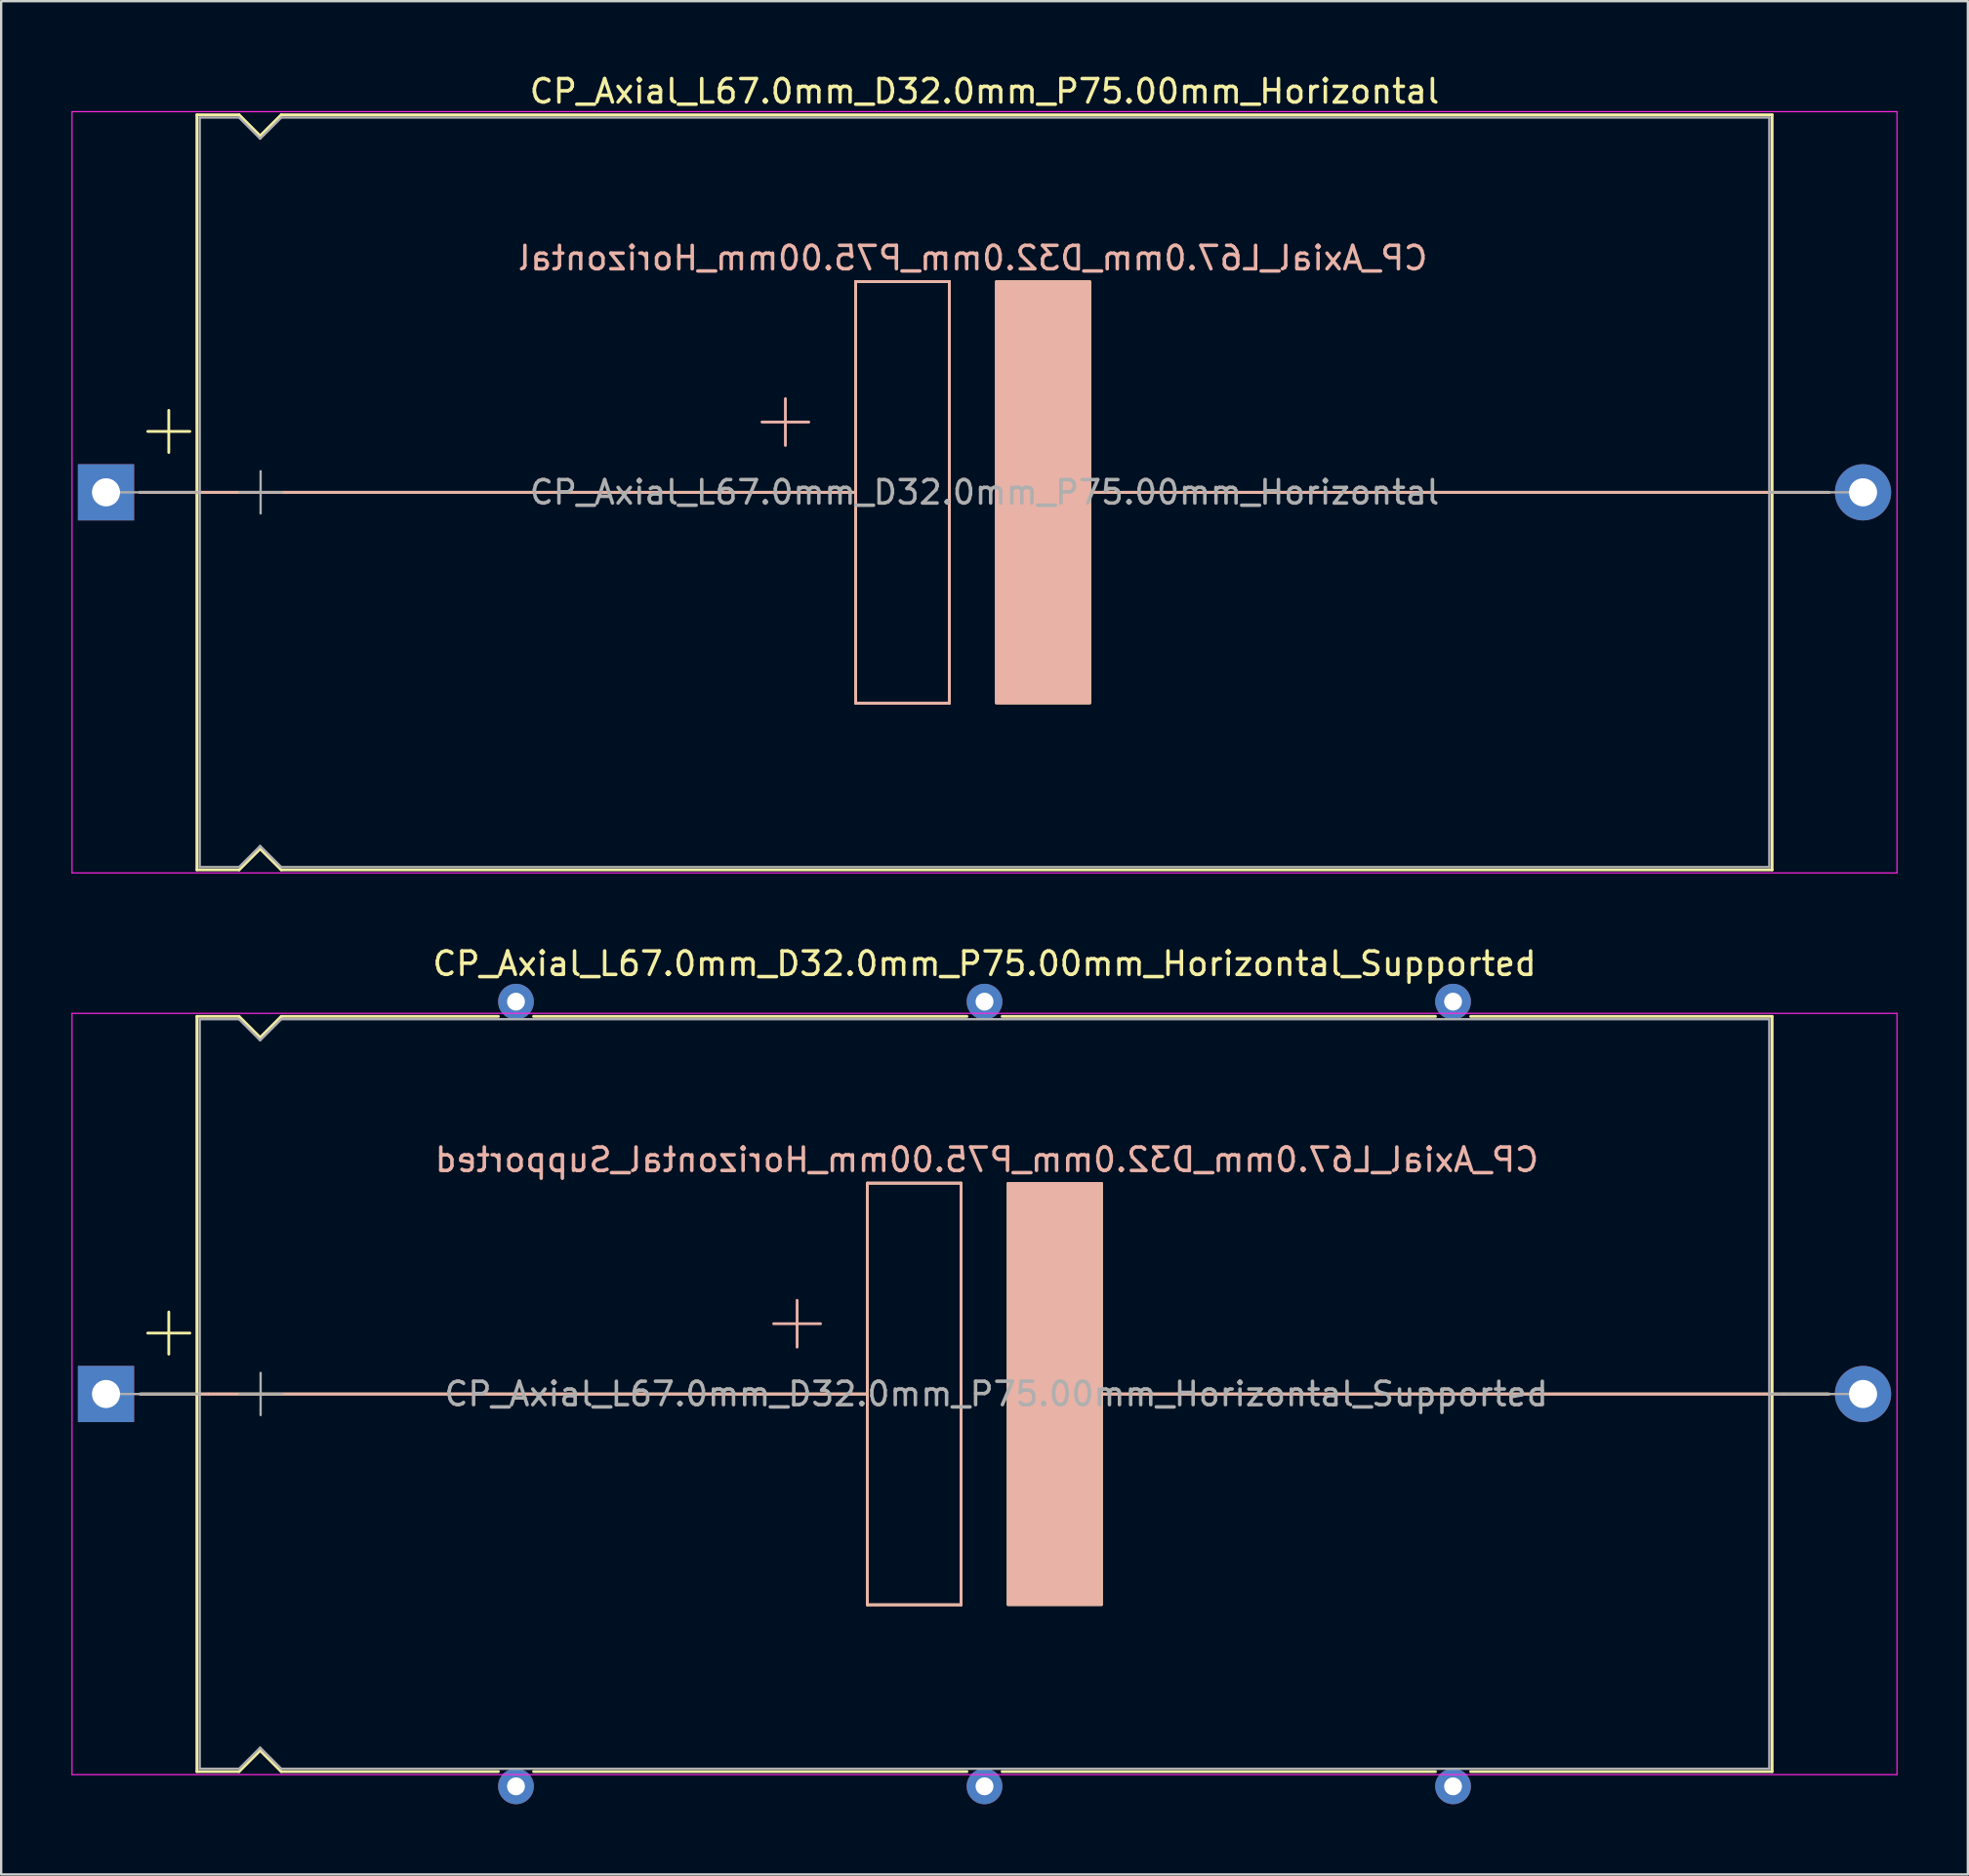
<source format=kicad_pcb>
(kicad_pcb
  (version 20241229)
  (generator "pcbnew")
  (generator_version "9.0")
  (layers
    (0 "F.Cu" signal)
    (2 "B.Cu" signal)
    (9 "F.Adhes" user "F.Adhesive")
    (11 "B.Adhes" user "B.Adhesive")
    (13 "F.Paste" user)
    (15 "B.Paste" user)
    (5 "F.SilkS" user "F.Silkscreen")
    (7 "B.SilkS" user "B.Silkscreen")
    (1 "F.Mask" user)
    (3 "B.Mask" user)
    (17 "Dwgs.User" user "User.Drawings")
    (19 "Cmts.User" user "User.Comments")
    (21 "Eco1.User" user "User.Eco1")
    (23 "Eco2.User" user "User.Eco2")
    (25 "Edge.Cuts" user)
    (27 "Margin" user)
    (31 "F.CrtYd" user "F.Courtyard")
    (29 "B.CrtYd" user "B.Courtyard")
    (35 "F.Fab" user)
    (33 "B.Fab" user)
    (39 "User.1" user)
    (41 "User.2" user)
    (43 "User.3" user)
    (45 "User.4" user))
  (footprint "CP_Axial_L67.0mm_D32.0mm_P75.00mm_Horizontal_Supported"
    (layer "F.Cu")
    (at 1.475 56.462)
    (property "Reference" "CP_Axial_L67.0mm_D32.0mm_P75.00mm_Horizontal_Supported" (at 37.5 -18.37 0) (layer "F.SilkS") (effects (font (size 1 1) (thickness 0.15))))
    (fp_line (start 1.44 0) (end 3.88 0) (stroke (width 0.12) (type solid)) (layer "F.SilkS"))
    (fp_line (start 1.78 -2.6) (end 3.58 -2.6) (stroke (width 0.12) (type solid)) (layer "F.SilkS"))
    (fp_line (start 2.68 -3.5) (end 2.68 -1.7) (stroke (width 0.12) (type solid)) (layer "F.SilkS"))
    (fp_line (start 3.88 -16.12) (end 3.88 16.12) (stroke (width 0.12) (type solid)) (layer "F.SilkS"))
    (fp_line (start 3.88 -16.12) (end 5.68 -16.12) (stroke (width 0.12) (type solid)) (layer "F.SilkS"))
    (fp_line (start 3.88 0) (end 32.5 0) (stroke (width 0.12) (type solid)) (layer "F.SilkS"))
    (fp_line (start 3.88 16.12) (end 5.68 16.12) (stroke (width 0.12) (type solid)) (layer "F.SilkS"))
    (fp_line (start 5.68 -16.12) (end 6.58 -15.22) (stroke (width 0.12) (type solid)) (layer "F.SilkS"))
    (fp_line (start 5.68 16.12) (end 6.58 15.22) (stroke (width 0.12) (type solid)) (layer "F.SilkS"))
    (fp_line (start 6.58 -15.22) (end 7.48 -16.12) (stroke (width 0.12) (type solid)) (layer "F.SilkS"))
    (fp_line (start 6.58 15.22) (end 7.48 16.12) (stroke (width 0.12) (type solid)) (layer "F.SilkS"))
    (fp_line (start 7.48 -16.12) (end 16.75 -16.12) (stroke (width 0.12) (type solid)) (layer "F.SilkS"))
    (fp_line (start 7.48 16.12) (end 16.75 16.12) (stroke (width 0.12) (type solid)) (layer "F.SilkS"))
    (fp_line (start 18.25 -16.12) (end 36.75 -16.12) (stroke (width 0.12) (type solid)) (layer "F.SilkS"))
    (fp_line (start 18.25 16.12) (end 36.75 16.12) (stroke (width 0.12) (type solid)) (layer "F.SilkS"))
    (fp_line (start 32.5 -9) (end 36.5 -9) (stroke (width 0.12) (type solid)) (layer "F.SilkS"))
    (fp_line (start 32.5 9) (end 32.5 -9) (stroke (width 0.12) (type solid)) (layer "F.SilkS"))
    (fp_line (start 36.5 -9) (end 36.5 9) (stroke (width 0.12) (type solid)) (layer "F.SilkS"))
    (fp_line (start 36.5 9) (end 32.5 9) (stroke (width 0.12) (type solid)) (layer "F.SilkS"))
    (fp_line (start 38.25 -16.12) (end 56.75 -16.12) (stroke (width 0.12) (type solid)) (layer "F.SilkS"))
    (fp_line (start 38.25 16.12) (end 56.75 16.12) (stroke (width 0.12) (type solid)) (layer "F.SilkS"))
    (fp_line (start 42 0) (end 71.12 0) (stroke (width 0.12) (type solid)) (layer "F.SilkS"))
    (fp_line (start 58.25 -16.12) (end 71.12 -16.12) (stroke (width 0.12) (type solid)) (layer "F.SilkS"))
    (fp_line (start 58.25 16.12) (end 71.12 16.12) (stroke (width 0.12) (type solid)) (layer "F.SilkS"))
    (fp_line (start 71.12 -16.12) (end 71.12 16.12) (stroke (width 0.12) (type solid)) (layer "F.SilkS"))
    (fp_line (start 73.56 0) (end 71.12 0) (stroke (width 0.12) (type solid)) (layer "F.SilkS"))
    (fp_poly (pts (xy 42.5 9) (xy 38.5 9) (xy 38.5 -9) (xy 42.5 -9)) (stroke (width 0.1) (type solid)) (fill yes) (layer "F.SilkS"))
    (fp_line (start 1.5 0) (end 4.38 0) (stroke (width 0.12) (type solid)) (layer "B.SilkS"))
    (fp_line (start 4.38 0) (end 32.5 0) (stroke (width 0.12) (type solid)) (layer "B.SilkS"))
    (fp_line (start 29.5 -2) (end 29.5 -4) (stroke (width 0.12) (type solid)) (layer "B.SilkS"))
    (fp_line (start 30.5 -3) (end 28.5 -3) (stroke (width 0.12) (type solid)) (layer "B.SilkS"))
    (fp_line (start 32.5 -9) (end 36.5 -9) (stroke (width 0.12) (type solid)) (layer "B.SilkS"))
    (fp_line (start 32.5 9) (end 32.5 -9) (stroke (width 0.12) (type solid)) (layer "B.SilkS"))
    (fp_line (start 36.5 -9) (end 36.5 9) (stroke (width 0.12) (type solid)) (layer "B.SilkS"))
    (fp_line (start 36.5 9) (end 32.5 9) (stroke (width 0.12) (type solid)) (layer "B.SilkS"))
    (fp_line (start 42.5 0) (end 71.62 0) (stroke (width 0.12) (type solid)) (layer "B.SilkS"))
    (fp_line (start 73.5 0) (end 71.62 0) (stroke (width 0.12) (type solid)) (layer "B.SilkS"))
    (fp_poly (pts (xy 42.5 9) (xy 38.5 9) (xy 38.5 -9) (xy 42.5 -9)) (stroke (width 0.1) (type solid)) (fill yes) (layer "B.SilkS"))
    (fp_line (start -1.45 -16.25) (end -1.45 16.25) (stroke (width 0.05) (type solid)) (layer "F.CrtYd"))
    (fp_line (start -1.45 16.25) (end 76.45 16.25) (stroke (width 0.05) (type solid)) (layer "F.CrtYd"))
    (fp_line (start 76.45 -16.25) (end -1.45 -16.25) (stroke (width 0.05) (type solid)) (layer "F.CrtYd"))
    (fp_line (start 76.45 16.25) (end 76.45 -16.25) (stroke (width 0.05) (type solid)) (layer "F.CrtYd"))
    (fp_line (start 0 0) (end 4 0) (stroke (width 0.1) (type solid)) (layer "F.Fab"))
    (fp_line (start 4 -16) (end 4 16) (stroke (width 0.1) (type solid)) (layer "F.Fab"))
    (fp_line (start 4 -16) (end 5.68 -16) (stroke (width 0.1) (type solid)) (layer "F.Fab"))
    (fp_line (start 4 16) (end 5.68 16) (stroke (width 0.1) (type solid)) (layer "F.Fab"))
    (fp_line (start 5.68 -16) (end 6.58 -15.1) (stroke (width 0.1) (type solid)) (layer "F.Fab"))
    (fp_line (start 5.68 16) (end 6.58 15.1) (stroke (width 0.1) (type solid)) (layer "F.Fab"))
    (fp_line (start 5.7 0) (end 7.5 0) (stroke (width 0.1) (type solid)) (layer "F.Fab"))
    (fp_line (start 6.58 -15.1) (end 7.48 -16) (stroke (width 0.1) (type solid)) (layer "F.Fab"))
    (fp_line (start 6.58 15.1) (end 7.48 16) (stroke (width 0.1) (type solid)) (layer "F.Fab"))
    (fp_line (start 6.6 -0.9) (end 6.6 0.9) (stroke (width 0.1) (type solid)) (layer "F.Fab"))
    (fp_line (start 7.48 -16) (end 71 -16) (stroke (width 0.1) (type solid)) (layer "F.Fab"))
    (fp_line (start 7.48 16) (end 71 16) (stroke (width 0.1) (type solid)) (layer "F.Fab"))
    (fp_line (start 71 -16) (end 71 16) (stroke (width 0.1) (type solid)) (layer "F.Fab"))
    (fp_line (start 75 0) (end 71 0) (stroke (width 0.1) (type solid)) (layer "F.Fab"))
    (fp_text user "${REFERENCE}" (at 37.6 -10 0) (layer "B.SilkS") (effects (font (size 1 1) (thickness 0.15)) (justify mirror)))
    (fp_text user "${REFERENCE}" (at 38 0 0) (layer "F.Fab") (effects (font (size 1 1) (thickness 0.15))))
    (pad "" thru_hole circle (at 17.5 -16.75) (size 1.524 1.524) (drill 0.762) (layers "*.Cu" "*.Mask"))
    (pad "" thru_hole circle (at 17.5 16.75) (size 1.524 1.524) (drill 0.762) (layers "*.Cu" "*.Mask"))
    (pad "" thru_hole circle (at 37.5 -16.75) (size 1.524 1.524) (drill 0.762) (layers "*.Cu" "*.Mask"))
    (pad "" thru_hole circle (at 37.5 16.75) (size 1.524 1.524) (drill 0.762) (layers "*.Cu" "*.Mask"))
    (pad "" thru_hole circle (at 57.5 -16.75) (size 1.524 1.524) (drill 0.762) (layers "*.Cu" "*.Mask"))
    (pad "" thru_hole circle (at 57.5 16.75) (size 1.524 1.524) (drill 0.762) (layers "*.Cu" "*.Mask"))
    (pad "1" thru_hole rect (at 0 0) (size 2.4 2.4) (drill 1.2) (layers "*.Cu" "*.Mask"))
    (pad "2" thru_hole oval (at 75 0) (size 2.4 2.4) (drill 1.2) (layers "*.Cu" "*.Mask")))
  (footprint "CP_Axial_L67.0mm_D32.0mm_P75.00mm_Horizontal"
    (layer "F.Cu")
    (at 1.475 17.968)
    (property "Reference" "CP_Axial_L67.0mm_D32.0mm_P75.00mm_Horizontal" (at 37.5 -17.12 0) (layer "F.SilkS") (effects (font (size 1 1) (thickness 0.15))))
    (fp_line (start 1.44 0) (end 3.88 0) (stroke (width 0.12) (type solid)) (layer "F.SilkS"))
    (fp_line (start 1.78 -2.6) (end 3.58 -2.6) (stroke (width 0.12) (type solid)) (layer "F.SilkS"))
    (fp_line (start 2.68 -3.5) (end 2.68 -1.7) (stroke (width 0.12) (type solid)) (layer "F.SilkS"))
    (fp_line (start 3.88 -16.12) (end 3.88 16.12) (stroke (width 0.12) (type solid)) (layer "F.SilkS"))
    (fp_line (start 3.88 -16.12) (end 5.68 -16.12) (stroke (width 0.12) (type solid)) (layer "F.SilkS"))
    (fp_line (start 3.88 0) (end 32 0) (stroke (width 0.12) (type solid)) (layer "F.SilkS"))
    (fp_line (start 3.88 16.12) (end 5.68 16.12) (stroke (width 0.12) (type solid)) (layer "F.SilkS"))
    (fp_line (start 5.68 -16.12) (end 6.58 -15.22) (stroke (width 0.12) (type solid)) (layer "F.SilkS"))
    (fp_line (start 5.68 16.12) (end 6.58 15.22) (stroke (width 0.12) (type solid)) (layer "F.SilkS"))
    (fp_line (start 6.58 -15.22) (end 7.48 -16.12) (stroke (width 0.12) (type solid)) (layer "F.SilkS"))
    (fp_line (start 6.58 15.22) (end 7.48 16.12) (stroke (width 0.12) (type solid)) (layer "F.SilkS"))
    (fp_line (start 7.48 -16.12) (end 71.12 -16.12) (stroke (width 0.12) (type solid)) (layer "F.SilkS"))
    (fp_line (start 7.48 16.12) (end 71.12 16.12) (stroke (width 0.12) (type solid)) (layer "F.SilkS"))
    (fp_line (start 32 -9) (end 36 -9) (stroke (width 0.12) (type solid)) (layer "F.SilkS"))
    (fp_line (start 32 9) (end 32 -9) (stroke (width 0.12) (type solid)) (layer "F.SilkS"))
    (fp_line (start 36 -9) (end 36 9) (stroke (width 0.12) (type solid)) (layer "F.SilkS"))
    (fp_line (start 36 9) (end 32 9) (stroke (width 0.12) (type solid)) (layer "F.SilkS"))
    (fp_line (start 42 0) (end 71.12 0) (stroke (width 0.12) (type solid)) (layer "F.SilkS"))
    (fp_line (start 71.12 -16.12) (end 71.12 16.12) (stroke (width 0.12) (type solid)) (layer "F.SilkS"))
    (fp_line (start 73.56 0) (end 71.12 0) (stroke (width 0.12) (type solid)) (layer "F.SilkS"))
    (fp_poly (pts (xy 42 9) (xy 38 9) (xy 38 -9) (xy 42 -9)) (stroke (width 0.1) (type solid)) (fill yes) (layer "F.SilkS"))
    (fp_line (start 1.44 0) (end 3.88 0) (stroke (width 0.12) (type solid)) (layer "B.SilkS"))
    (fp_line (start 3.88 0) (end 32 0) (stroke (width 0.12) (type solid)) (layer "B.SilkS"))
    (fp_line (start 29 -2) (end 29 -4) (stroke (width 0.12) (type solid)) (layer "B.SilkS"))
    (fp_line (start 30 -3) (end 28 -3) (stroke (width 0.12) (type solid)) (layer "B.SilkS"))
    (fp_line (start 32 -9) (end 36 -9) (stroke (width 0.12) (type solid)) (layer "B.SilkS"))
    (fp_line (start 32 9) (end 32 -9) (stroke (width 0.12) (type solid)) (layer "B.SilkS"))
    (fp_line (start 36 -9) (end 36 9) (stroke (width 0.12) (type solid)) (layer "B.SilkS"))
    (fp_line (start 36 9) (end 32 9) (stroke (width 0.12) (type solid)) (layer "B.SilkS"))
    (fp_line (start 42 0) (end 71.12 0) (stroke (width 0.12) (type solid)) (layer "B.SilkS"))
    (fp_line (start 73.56 0) (end 71.12 0) (stroke (width 0.12) (type solid)) (layer "B.SilkS"))
    (fp_poly (pts (xy 42 9) (xy 38 9) (xy 38 -9) (xy 42 -9)) (stroke (width 0.1) (type solid)) (fill yes) (layer "B.SilkS"))
    (fp_line (start -1.45 -16.25) (end -1.45 16.25) (stroke (width 0.05) (type solid)) (layer "F.CrtYd"))
    (fp_line (start -1.45 16.25) (end 76.45 16.25) (stroke (width 0.05) (type solid)) (layer "F.CrtYd"))
    (fp_line (start 76.45 -16.25) (end -1.45 -16.25) (stroke (width 0.05) (type solid)) (layer "F.CrtYd"))
    (fp_line (start 76.45 16.25) (end 76.45 -16.25) (stroke (width 0.05) (type solid)) (layer "F.CrtYd"))
    (fp_line (start 0 0) (end 4 0) (stroke (width 0.1) (type solid)) (layer "F.Fab"))
    (fp_line (start 4 -16) (end 4 16) (stroke (width 0.1) (type solid)) (layer "F.Fab"))
    (fp_line (start 4 -16) (end 5.68 -16) (stroke (width 0.1) (type solid)) (layer "F.Fab"))
    (fp_line (start 4 16) (end 5.68 16) (stroke (width 0.1) (type solid)) (layer "F.Fab"))
    (fp_line (start 5.68 -16) (end 6.58 -15.1) (stroke (width 0.1) (type solid)) (layer "F.Fab"))
    (fp_line (start 5.68 16) (end 6.58 15.1) (stroke (width 0.1) (type solid)) (layer "F.Fab"))
    (fp_line (start 5.7 0) (end 7.5 0) (stroke (width 0.1) (type solid)) (layer "F.Fab"))
    (fp_line (start 6.58 -15.1) (end 7.48 -16) (stroke (width 0.1) (type solid)) (layer "F.Fab"))
    (fp_line (start 6.58 15.1) (end 7.48 16) (stroke (width 0.1) (type solid)) (layer "F.Fab"))
    (fp_line (start 6.6 -0.9) (end 6.6 0.9) (stroke (width 0.1) (type solid)) (layer "F.Fab"))
    (fp_line (start 7.48 -16) (end 71 -16) (stroke (width 0.1) (type solid)) (layer "F.Fab"))
    (fp_line (start 7.48 16) (end 71 16) (stroke (width 0.1) (type solid)) (layer "F.Fab"))
    (fp_line (start 71 -16) (end 71 16) (stroke (width 0.1) (type solid)) (layer "F.Fab"))
    (fp_line (start 75 0) (end 71 0) (stroke (width 0.1) (type solid)) (layer "F.Fab"))
    (fp_text user "${REFERENCE}" (at 37 -10 0) (layer "B.SilkS") (effects (font (size 1 1) (thickness 0.15)) (justify mirror)))
    (fp_text user "${REFERENCE}" (at 37.5 0 0) (layer "F.Fab") (effects (font (size 1 1) (thickness 0.15))))
    (pad "1" thru_hole rect (at 0 0) (size 2.4 2.4) (drill 1.2) (layers "*.Cu" "*.Mask"))
    (pad "2" thru_hole oval (at 75 0) (size 2.4 2.4) (drill 1.2) (layers "*.Cu" "*.Mask")))
  (gr_rect
    (start -3 -3)
    (end 80.95 76.974)
    (stroke (width 0.1) (type default))
    (fill no)
    (layer "Edge.Cuts")))
</source>
